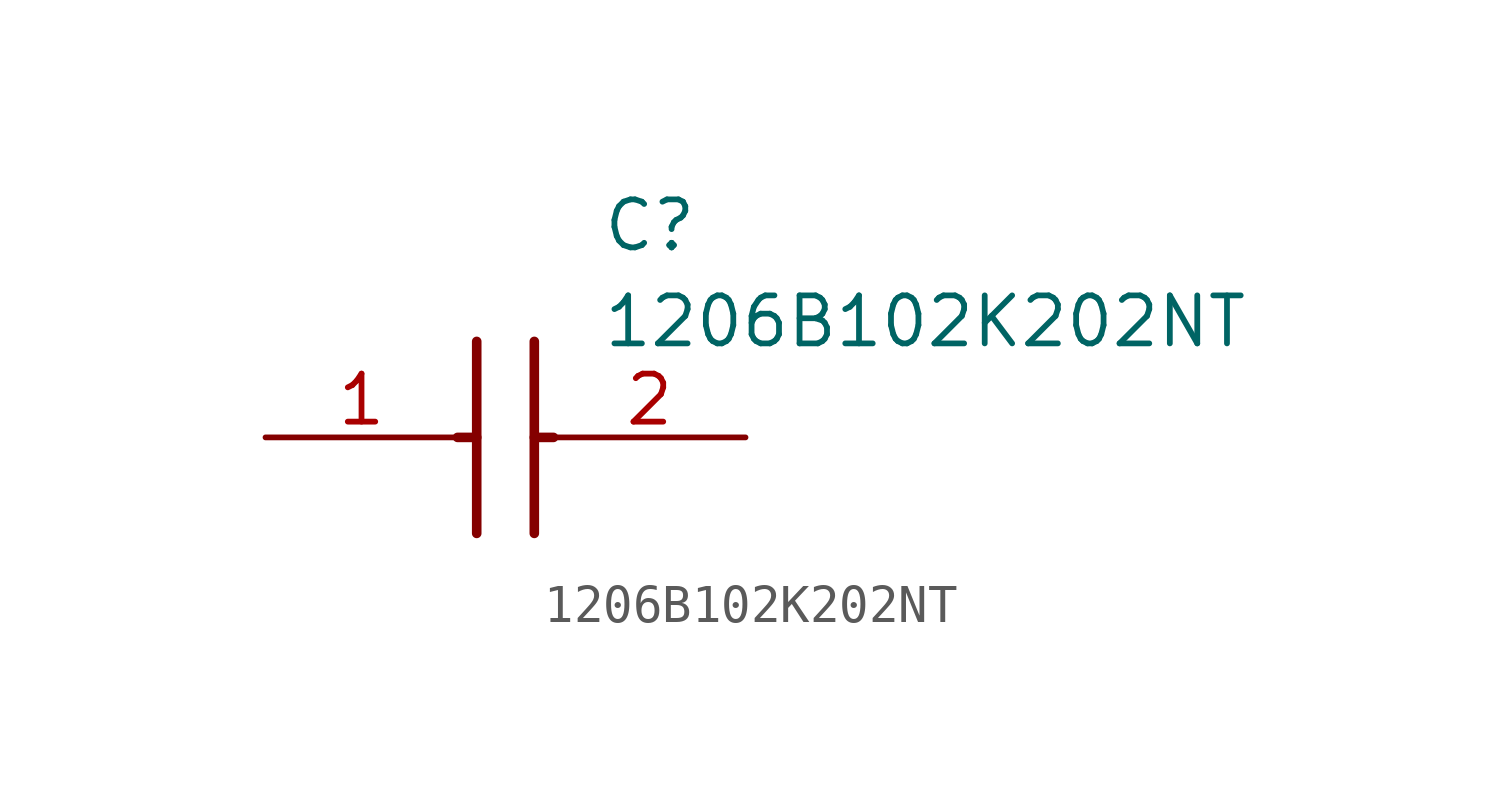
<source format=kicad_sym>
(kicad_symbol_lib
  (version 20211014)
  (generator SamacSys_ECAD_Model)
  (symbol "1206B102K202NT"
    (pin_names hide)
    (property "Reference" "C"
      (at 8.89 6.35 0)
      (effects (font (size 1.27 1.27)) (justify left top)))
    (property "Value" "1206B102K202NT"
      (at 8.89 3.81 0)
      (effects (font (size 1.27 1.27)) (justify left top)))
    (polyline
      (pts (xy 5.588 2.54) (xy 5.588 -2.54))
      (stroke (width 0.254) (type default))
      (fill (type none)))
    (polyline
      (pts (xy 7.112 2.54) (xy 7.112 -2.54))
      (stroke (width 0.254) (type default))
      (fill (type none)))
    (polyline
      (pts (xy 5.08 0) (xy 5.588 0))
      (stroke (width 0.254) (type default))
      (fill (type none)))
    (polyline
      (pts (xy 7.112 0) (xy 7.62 0))
      (stroke (width 0.254) (type default))
      (fill (type none)))
    (pin passive line
      (at 0 0 0)
      (length 5.08)
      (name "1" (effects (font (size 1.27 1.27))))
      (number "1" (effects (font (size 1.27 1.27)))))
    (pin passive line
      (at 12.7 0 180)
      (length 5.08)
      (name "2" (effects (font (size 1.27 1.27))))
      (number "2" (effects (font (size 1.27 1.27)))))))
</source>
